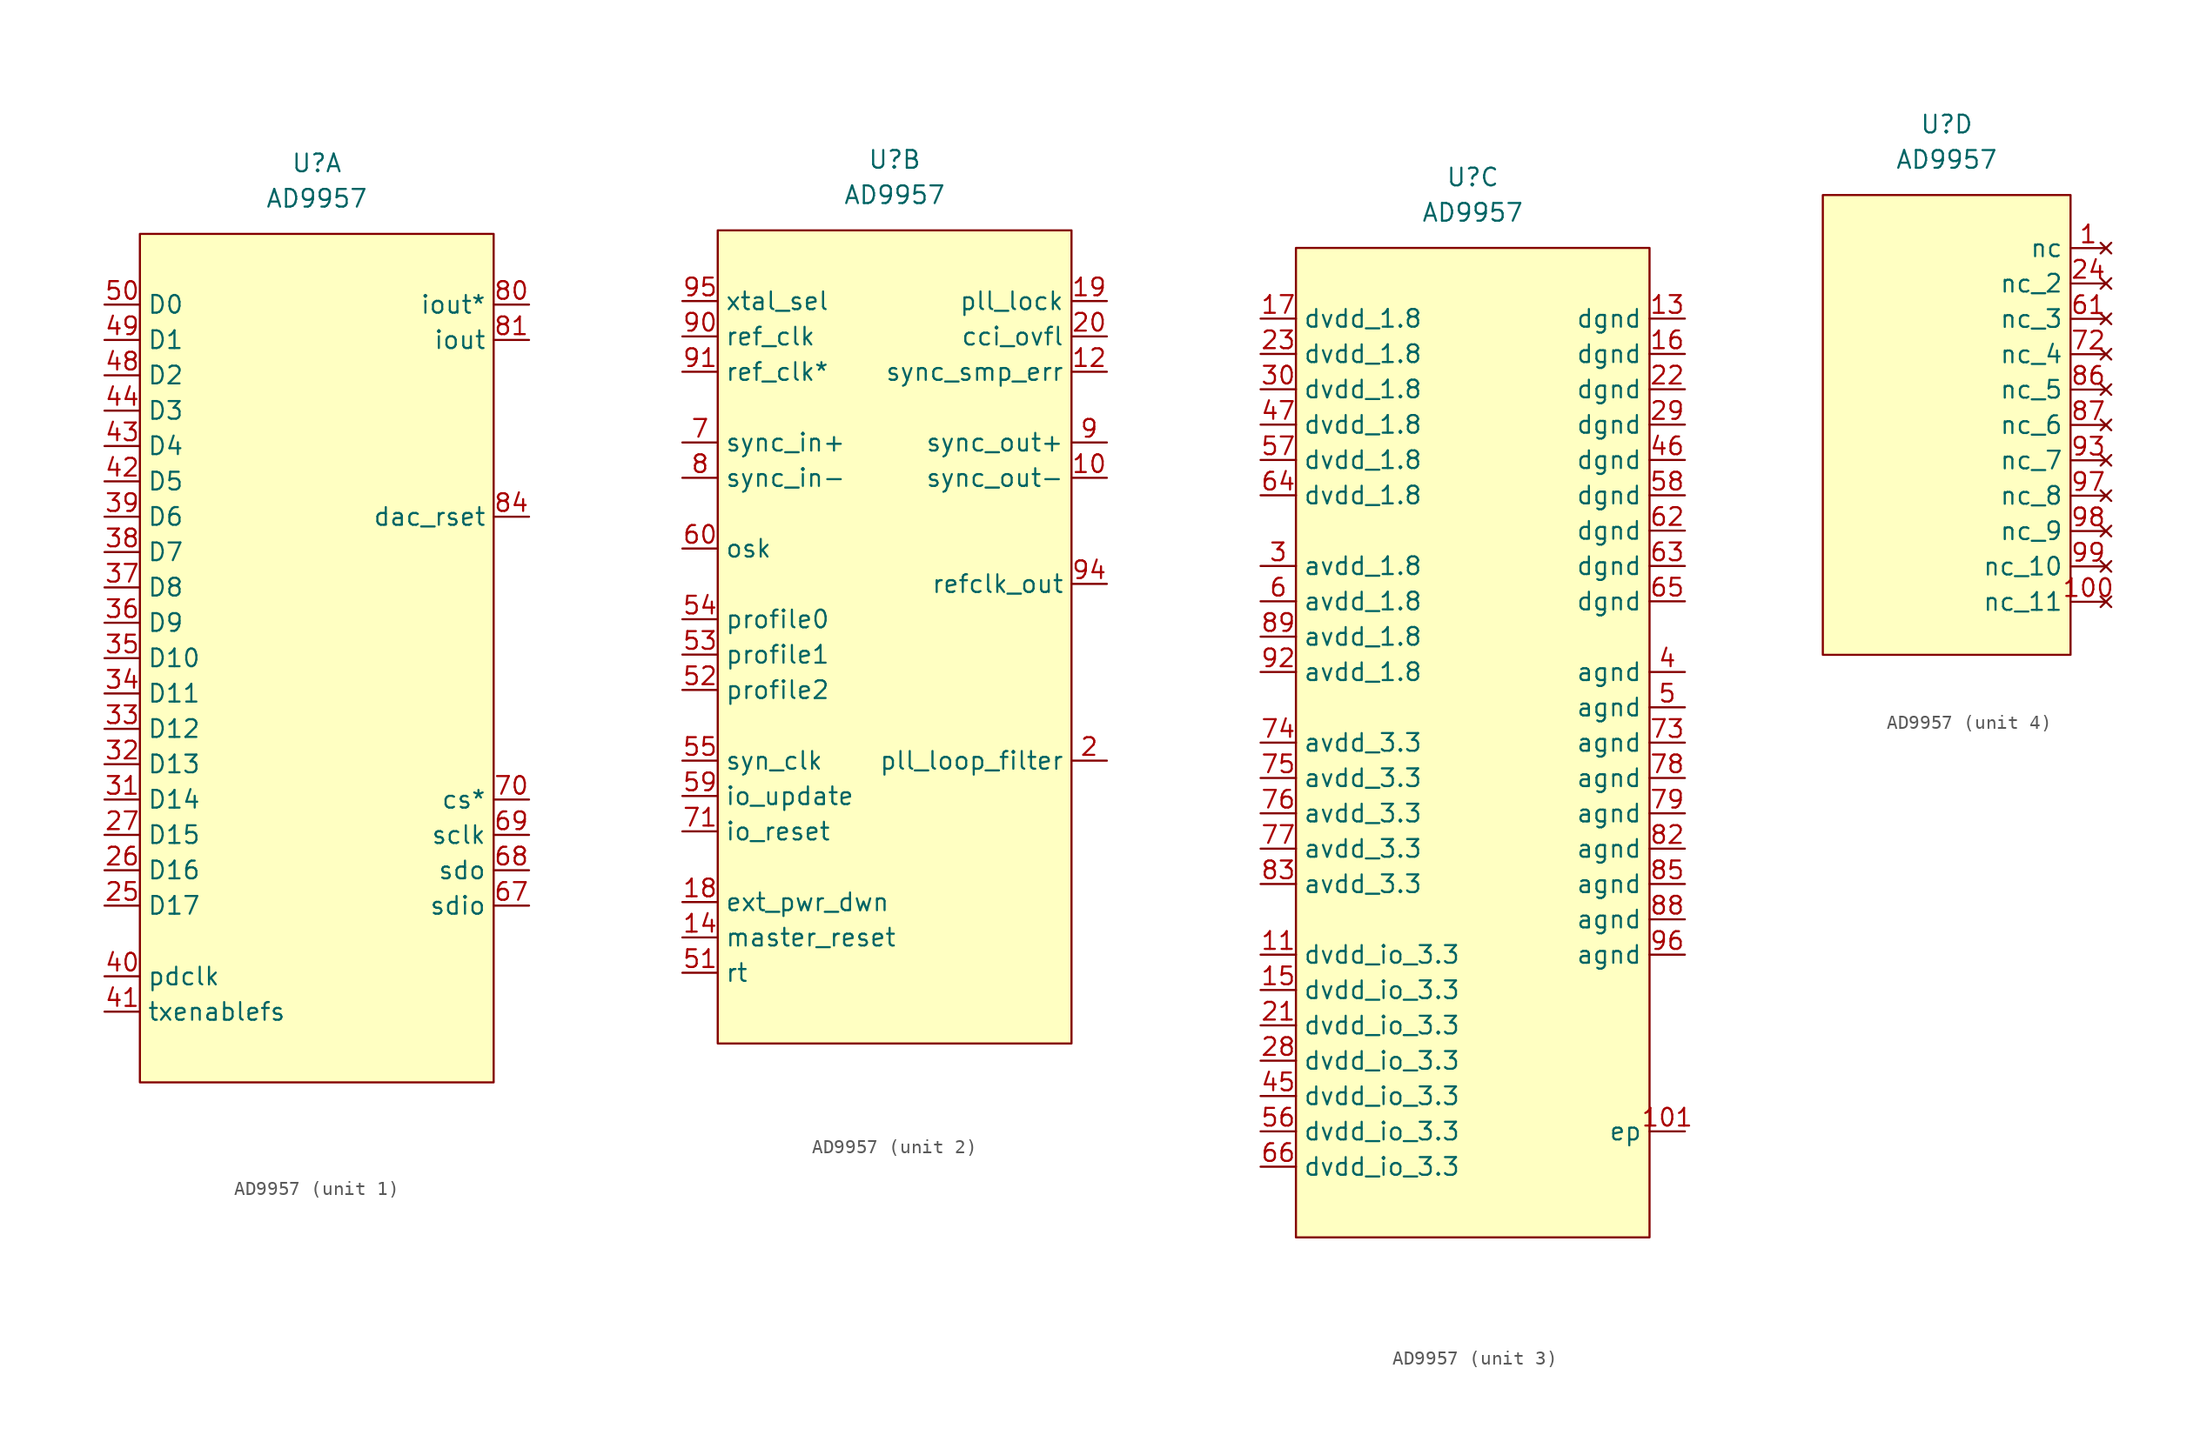
<source format=kicad_sym>
(kicad_symbol_lib
  (version 20211014)
  (generator kicad_symbol_editor)
  (symbol "AD9957"
    (property "Reference" "U"
      (at 0 5.08 0)
      (effects (font (size 1.27 1.27))))
    (property "Value" "AD9957"
      (at 0 2.54 0)
      (effects (font (size 1.27 1.27))))
    (property "ki_locked" ""
      (at 0 0 0)
      (effects (font (size 1.27 1.27))))
    (symbol "AD9957_1_0"
      (pin bidirectional line (at -15.24 -48.26 0) (length 2.54) (name "D17" (effects (font (size 1.27 1.27)))) (number "25" (effects (font (size 1.27 1.27)))))
      (pin bidirectional line (at -15.24 -45.72 0) (length 2.54) (name "D16" (effects (font (size 1.27 1.27)))) (number "26" (effects (font (size 1.27 1.27)))))
      (pin bidirectional line (at -15.24 -43.18 0) (length 2.54) (name "D15" (effects (font (size 1.27 1.27)))) (number "27" (effects (font (size 1.27 1.27)))))
      (pin bidirectional line (at -15.24 -40.64 0) (length 2.54) (name "D14" (effects (font (size 1.27 1.27)))) (number "31" (effects (font (size 1.27 1.27)))))
      (pin bidirectional line (at -15.24 -38.1 0) (length 2.54) (name "D13" (effects (font (size 1.27 1.27)))) (number "32" (effects (font (size 1.27 1.27)))))
      (pin bidirectional line (at -15.24 -35.56 0) (length 2.54) (name "D12" (effects (font (size 1.27 1.27)))) (number "33" (effects (font (size 1.27 1.27)))))
      (pin bidirectional line (at -15.24 -33.02 0) (length 2.54) (name "D11" (effects (font (size 1.27 1.27)))) (number "34" (effects (font (size 1.27 1.27)))))
      (pin bidirectional line (at -15.24 -30.48 0) (length 2.54) (name "D10" (effects (font (size 1.27 1.27)))) (number "35" (effects (font (size 1.27 1.27)))))
      (pin bidirectional line (at -15.24 -27.94 0) (length 2.54) (name "D9" (effects (font (size 1.27 1.27)))) (number "36" (effects (font (size 1.27 1.27)))))
      (pin bidirectional line (at -15.24 -25.4 0) (length 2.54) (name "D8" (effects (font (size 1.27 1.27)))) (number "37" (effects (font (size 1.27 1.27)))))
      (pin bidirectional line (at -15.24 -22.86 0) (length 2.54) (name "D7" (effects (font (size 1.27 1.27)))) (number "38" (effects (font (size 1.27 1.27)))))
      (pin bidirectional line (at -15.24 -20.32 0) (length 2.54) (name "D6" (effects (font (size 1.27 1.27)))) (number "39" (effects (font (size 1.27 1.27)))))
      (pin output line (at -15.24 -53.34 0) (length 2.54) (name "pdclk" (effects (font (size 1.27 1.27)))) (number "40" (effects (font (size 1.27 1.27)))))
      (pin input line (at -15.24 -55.88 0) (length 2.54) (name "txenablefs" (effects (font (size 1.27 1.27)))) (number "41" (effects (font (size 1.27 1.27)))))
      (pin bidirectional line (at -15.24 -17.78 0) (length 2.54) (name "D5" (effects (font (size 1.27 1.27)))) (number "42" (effects (font (size 1.27 1.27)))))
      (pin bidirectional line (at -15.24 -15.24 0) (length 2.54) (name "D4" (effects (font (size 1.27 1.27)))) (number "43" (effects (font (size 1.27 1.27)))))
      (pin bidirectional line (at -15.24 -12.7 0) (length 2.54) (name "D3" (effects (font (size 1.27 1.27)))) (number "44" (effects (font (size 1.27 1.27)))))
      (pin bidirectional line (at -15.24 -10.16 0) (length 2.54) (name "D2" (effects (font (size 1.27 1.27)))) (number "48" (effects (font (size 1.27 1.27)))))
      (pin bidirectional line (at -15.24 -7.62 0) (length 2.54) (name "D1" (effects (font (size 1.27 1.27)))) (number "49" (effects (font (size 1.27 1.27)))))
      (pin bidirectional line (at -15.24 -5.08 0) (length 2.54) (name "D0" (effects (font (size 1.27 1.27)))) (number "50" (effects (font (size 1.27 1.27)))))
      (pin bidirectional line (at 15.24 -48.26 180) (length 2.54) (name "sdio" (effects (font (size 1.27 1.27)))) (number "67" (effects (font (size 1.27 1.27)))))
      (pin output line (at 15.24 -45.72 180) (length 2.54) (name "sdo" (effects (font (size 1.27 1.27)))) (number "68" (effects (font (size 1.27 1.27)))))
      (pin input line (at 15.24 -43.18 180) (length 2.54) (name "sclk" (effects (font (size 1.27 1.27)))) (number "69" (effects (font (size 1.27 1.27)))))
      (pin input line (at 15.24 -40.64 180) (length 2.54) (name "cs*" (effects (font (size 1.27 1.27)))) (number "70" (effects (font (size 1.27 1.27)))))
      (pin output line (at 15.24 -5.08 180) (length 2.54) (name "iout*" (effects (font (size 1.27 1.27)))) (number "80" (effects (font (size 1.27 1.27)))))
      (pin output line (at 15.24 -7.62 180) (length 2.54) (name "iout" (effects (font (size 1.27 1.27)))) (number "81" (effects (font (size 1.27 1.27)))))
      (pin output line (at 15.24 -20.32 180) (length 2.54) (name "dac_rset" (effects (font (size 1.27 1.27)))) (number "84" (effects (font (size 1.27 1.27))))))
    (symbol "AD9957_1_1"
      (rectangle (start -12.7 0) (end 12.7 -60.96) (stroke (width 0) (type default) (color 0 0 0 0)) (fill (type background))))
    (symbol "AD9957_2_0"
      (pin output line (at 15.24 -17.78 180) (length 2.54) (name "sync_out-" (effects (font (size 1.27 1.27)))) (number "10" (effects (font (size 1.27 1.27)))))
      (pin output line (at 15.24 -10.16 180) (length 2.54) (name "sync_smp_err" (effects (font (size 1.27 1.27)))) (number "12" (effects (font (size 1.27 1.27)))))
      (pin input line (at -15.24 -50.8 0) (length 2.54) (name "master_reset" (effects (font (size 1.27 1.27)))) (number "14" (effects (font (size 1.27 1.27)))))
      (pin input line (at -15.24 -48.26 0) (length 2.54) (name "ext_pwr_dwn" (effects (font (size 1.27 1.27)))) (number "18" (effects (font (size 1.27 1.27)))))
      (pin output line (at 15.24 -5.08 180) (length 2.54) (name "pll_lock" (effects (font (size 1.27 1.27)))) (number "19" (effects (font (size 1.27 1.27)))))
      (pin input line (at 15.24 -38.1 180) (length 2.54) (name "pll_loop_filter" (effects (font (size 1.27 1.27)))) (number "2" (effects (font (size 1.27 1.27)))))
      (pin output line (at 15.24 -7.62 180) (length 2.54) (name "cci_ovfl" (effects (font (size 1.27 1.27)))) (number "20" (effects (font (size 1.27 1.27)))))
      (pin input line (at -15.24 -53.34 0) (length 2.54) (name "rt" (effects (font (size 1.27 1.27)))) (number "51" (effects (font (size 1.27 1.27)))))
      (pin input line (at -15.24 -33.02 0) (length 2.54) (name "profile2" (effects (font (size 1.27 1.27)))) (number "52" (effects (font (size 1.27 1.27)))))
      (pin input line (at -15.24 -30.48 0) (length 2.54) (name "profile1" (effects (font (size 1.27 1.27)))) (number "53" (effects (font (size 1.27 1.27)))))
      (pin input line (at -15.24 -27.94 0) (length 2.54) (name "profile0" (effects (font (size 1.27 1.27)))) (number "54" (effects (font (size 1.27 1.27)))))
      (pin output line (at -15.24 -38.1 0) (length 2.54) (name "syn_clk" (effects (font (size 1.27 1.27)))) (number "55" (effects (font (size 1.27 1.27)))))
      (pin bidirectional line (at -15.24 -40.64 0) (length 2.54) (name "io_update" (effects (font (size 1.27 1.27)))) (number "59" (effects (font (size 1.27 1.27)))))
      (pin input line (at -15.24 -22.86 0) (length 2.54) (name "osk" (effects (font (size 1.27 1.27)))) (number "60" (effects (font (size 1.27 1.27)))))
      (pin input line (at -15.24 -15.24 0) (length 2.54) (name "sync_in+" (effects (font (size 1.27 1.27)))) (number "7" (effects (font (size 1.27 1.27)))))
      (pin input line (at -15.24 -43.18 0) (length 2.54) (name "io_reset" (effects (font (size 1.27 1.27)))) (number "71" (effects (font (size 1.27 1.27)))))
      (pin input line (at -15.24 -17.78 0) (length 2.54) (name "sync_in-" (effects (font (size 1.27 1.27)))) (number "8" (effects (font (size 1.27 1.27)))))
      (pin output line (at 15.24 -15.24 180) (length 2.54) (name "sync_out+" (effects (font (size 1.27 1.27)))) (number "9" (effects (font (size 1.27 1.27)))))
      (pin input line (at -15.24 -7.62 0) (length 2.54) (name "ref_clk" (effects (font (size 1.27 1.27)))) (number "90" (effects (font (size 1.27 1.27)))))
      (pin input line (at -15.24 -10.16 0) (length 2.54) (name "ref_clk*" (effects (font (size 1.27 1.27)))) (number "91" (effects (font (size 1.27 1.27)))))
      (pin output line (at 15.24 -25.4 180) (length 2.54) (name "refclk_out" (effects (font (size 1.27 1.27)))) (number "94" (effects (font (size 1.27 1.27)))))
      (pin input line (at -15.24 -5.08 0) (length 2.54) (name "xtal_sel" (effects (font (size 1.27 1.27)))) (number "95" (effects (font (size 1.27 1.27))))))
    (symbol "AD9957_2_1"
      (rectangle (start -12.7 0) (end 12.7 -58.42) (stroke (width 0) (type default) (color 0 0 0 0)) (fill (type background))))
    (symbol "AD9957_3_0"
      (pin input line (at 15.24 -63.5 180) (length 2.54) (name "ep" (effects (font (size 1.27 1.27)))) (number "101" (effects (font (size 1.27 1.27)))))
      (pin power_in line (at -15.24 -53.34 0) (length 2.54) (name "dvdd_io_3.3" (effects (font (size 1.27 1.27)))) (number "15" (effects (font (size 1.27 1.27)))))
      (pin power_in line (at 15.24 -7.62 180) (length 2.54) (name "dgnd" (effects (font (size 1.27 1.27)))) (number "16" (effects (font (size 1.27 1.27)))))
      (pin power_in line (at -15.24 -55.88 0) (length 2.54) (name "dvdd_io_3.3" (effects (font (size 1.27 1.27)))) (number "21" (effects (font (size 1.27 1.27)))))
      (pin power_in line (at 15.24 -10.16 180) (length 2.54) (name "dgnd" (effects (font (size 1.27 1.27)))) (number "22" (effects (font (size 1.27 1.27)))))
      (pin power_in line (at -15.24 -7.62 0) (length 2.54) (name "dvdd_1.8" (effects (font (size 1.27 1.27)))) (number "23" (effects (font (size 1.27 1.27)))))
      (pin power_in line (at -15.24 -58.42 0) (length 2.54) (name "dvdd_io_3.3" (effects (font (size 1.27 1.27)))) (number "28" (effects (font (size 1.27 1.27)))))
      (pin power_in line (at 15.24 -12.7 180) (length 2.54) (name "dgnd" (effects (font (size 1.27 1.27)))) (number "29" (effects (font (size 1.27 1.27)))))
      (pin power_in line (at -15.24 -10.16 0) (length 2.54) (name "dvdd_1.8" (effects (font (size 1.27 1.27)))) (number "30" (effects (font (size 1.27 1.27)))))
      (pin power_in line (at -15.24 -60.96 0) (length 2.54) (name "dvdd_io_3.3" (effects (font (size 1.27 1.27)))) (number "45" (effects (font (size 1.27 1.27)))))
      (pin power_in line (at 15.24 -15.24 180) (length 2.54) (name "dgnd" (effects (font (size 1.27 1.27)))) (number "46" (effects (font (size 1.27 1.27)))))
      (pin power_in line (at -15.24 -12.7 0) (length 2.54) (name "dvdd_1.8" (effects (font (size 1.27 1.27)))) (number "47" (effects (font (size 1.27 1.27)))))
      (pin power_in line (at 15.24 -33.02 180) (length 2.54) (name "agnd" (effects (font (size 1.27 1.27)))) (number "5" (effects (font (size 1.27 1.27)))))
      (pin power_in line (at -15.24 -63.5 0) (length 2.54) (name "dvdd_io_3.3" (effects (font (size 1.27 1.27)))) (number "56" (effects (font (size 1.27 1.27)))))
      (pin power_in line (at -15.24 -15.24 0) (length 2.54) (name "dvdd_1.8" (effects (font (size 1.27 1.27)))) (number "57" (effects (font (size 1.27 1.27)))))
      (pin power_in line (at 15.24 -17.78 180) (length 2.54) (name "dgnd" (effects (font (size 1.27 1.27)))) (number "58" (effects (font (size 1.27 1.27)))))
      (pin power_in line (at -15.24 -25.4 0) (length 2.54) (name "avdd_1.8" (effects (font (size 1.27 1.27)))) (number "6" (effects (font (size 1.27 1.27)))))
      (pin power_in line (at 15.24 -20.32 180) (length 2.54) (name "dgnd" (effects (font (size 1.27 1.27)))) (number "62" (effects (font (size 1.27 1.27)))))
      (pin power_in line (at 15.24 -22.86 180) (length 2.54) (name "dgnd" (effects (font (size 1.27 1.27)))) (number "63" (effects (font (size 1.27 1.27)))))
      (pin power_in line (at -15.24 -17.78 0) (length 2.54) (name "dvdd_1.8" (effects (font (size 1.27 1.27)))) (number "64" (effects (font (size 1.27 1.27)))))
      (pin power_in line (at 15.24 -25.4 180) (length 2.54) (name "dgnd" (effects (font (size 1.27 1.27)))) (number "65" (effects (font (size 1.27 1.27)))))
      (pin power_in line (at -15.24 -66.04 0) (length 2.54) (name "dvdd_io_3.3" (effects (font (size 1.27 1.27)))) (number "66" (effects (font (size 1.27 1.27)))))
      (pin power_in line (at 15.24 -35.56 180) (length 2.54) (name "agnd" (effects (font (size 1.27 1.27)))) (number "73" (effects (font (size 1.27 1.27)))))
      (pin power_in line (at -15.24 -38.1 0) (length 2.54) (name "avdd_3.3" (effects (font (size 1.27 1.27)))) (number "75" (effects (font (size 1.27 1.27)))))
      (pin power_in line (at -15.24 -40.64 0) (length 2.54) (name "avdd_3.3" (effects (font (size 1.27 1.27)))) (number "76" (effects (font (size 1.27 1.27)))))
      (pin power_in line (at -15.24 -43.18 0) (length 2.54) (name "avdd_3.3" (effects (font (size 1.27 1.27)))) (number "77" (effects (font (size 1.27 1.27)))))
      (pin power_in line (at 15.24 -38.1 180) (length 2.54) (name "agnd" (effects (font (size 1.27 1.27)))) (number "78" (effects (font (size 1.27 1.27)))))
      (pin power_in line (at 15.24 -40.64 180) (length 2.54) (name "agnd" (effects (font (size 1.27 1.27)))) (number "79" (effects (font (size 1.27 1.27)))))
      (pin power_in line (at 15.24 -43.18 180) (length 2.54) (name "agnd" (effects (font (size 1.27 1.27)))) (number "82" (effects (font (size 1.27 1.27)))))
      (pin power_in line (at -15.24 -45.72 0) (length 2.54) (name "avdd_3.3" (effects (font (size 1.27 1.27)))) (number "83" (effects (font (size 1.27 1.27)))))
      (pin power_in line (at 15.24 -45.72 180) (length 2.54) (name "agnd" (effects (font (size 1.27 1.27)))) (number "85" (effects (font (size 1.27 1.27)))))
      (pin power_in line (at 15.24 -48.26 180) (length 2.54) (name "agnd" (effects (font (size 1.27 1.27)))) (number "88" (effects (font (size 1.27 1.27)))))
      (pin power_in line (at -15.24 -27.94 0) (length 2.54) (name "avdd_1.8" (effects (font (size 1.27 1.27)))) (number "89" (effects (font (size 1.27 1.27)))))
      (pin power_in line (at -15.24 -30.48 0) (length 2.54) (name "avdd_1.8" (effects (font (size 1.27 1.27)))) (number "92" (effects (font (size 1.27 1.27)))))
      (pin power_in line (at 15.24 -50.8 180) (length 2.54) (name "agnd" (effects (font (size 1.27 1.27)))) (number "96" (effects (font (size 1.27 1.27))))))
    (symbol "AD9957_3_1"
      (rectangle (start -12.7 0) (end 12.7 -71.12) (stroke (width 0) (type default) (color 0 0 0 0)) (fill (type background)))
      (pin power_in line (at -15.24 -50.8 0) (length 2.54) (name "dvdd_io_3.3" (effects (font (size 1.27 1.27)))) (number "11" (effects (font (size 1.27 1.27)))))
      (pin power_in line (at 15.24 -5.08 180) (length 2.54) (name "dgnd" (effects (font (size 1.27 1.27)))) (number "13" (effects (font (size 1.27 1.27)))))
      (pin power_in line (at -15.24 -5.08 0) (length 2.54) (name "dvdd_1.8" (effects (font (size 1.27 1.27)))) (number "17" (effects (font (size 1.27 1.27)))))
      (pin power_in line (at -15.24 -22.86 0) (length 2.54) (name "avdd_1.8" (effects (font (size 1.27 1.27)))) (number "3" (effects (font (size 1.27 1.27)))))
      (pin power_in line (at 15.24 -30.48 180) (length 2.54) (name "agnd" (effects (font (size 1.27 1.27)))) (number "4" (effects (font (size 1.27 1.27)))))
      (pin power_in line (at -15.24 -35.56 0) (length 2.54) (name "avdd_3.3" (effects (font (size 1.27 1.27)))) (number "74" (effects (font (size 1.27 1.27))))))
    (symbol "AD9957_4_0"
      (pin no_connect line (at 11.43 -3.81 180) (length 2.54) (name "nc" (effects (font (size 1.27 1.27)))) (number "1" (effects (font (size 1.27 1.27)))))
      (pin no_connect line (at 11.43 -29.21 180) (length 2.54) (name "nc_11" (effects (font (size 1.27 1.27)))) (number "100" (effects (font (size 1.27 1.27)))))
      (pin no_connect line (at 11.43 -6.35 180) (length 2.54) (name "nc_2" (effects (font (size 1.27 1.27)))) (number "24" (effects (font (size 1.27 1.27)))))
      (pin no_connect line (at 11.43 -8.89 180) (length 2.54) (name "nc_3" (effects (font (size 1.27 1.27)))) (number "61" (effects (font (size 1.27 1.27)))))
      (pin no_connect line (at 11.43 -11.43 180) (length 2.54) (name "nc_4" (effects (font (size 1.27 1.27)))) (number "72" (effects (font (size 1.27 1.27)))))
      (pin no_connect line (at 11.43 -13.97 180) (length 2.54) (name "nc_5" (effects (font (size 1.27 1.27)))) (number "86" (effects (font (size 1.27 1.27)))))
      (pin no_connect line (at 11.43 -16.51 180) (length 2.54) (name "nc_6" (effects (font (size 1.27 1.27)))) (number "87" (effects (font (size 1.27 1.27)))))
      (pin no_connect line (at 11.43 -19.05 180) (length 2.54) (name "nc_7" (effects (font (size 1.27 1.27)))) (number "93" (effects (font (size 1.27 1.27)))))
      (pin no_connect line (at 11.43 -21.59 180) (length 2.54) (name "nc_8" (effects (font (size 1.27 1.27)))) (number "97" (effects (font (size 1.27 1.27)))))
      (pin no_connect line (at 11.43 -24.13 180) (length 2.54) (name "nc_9" (effects (font (size 1.27 1.27)))) (number "98" (effects (font (size 1.27 1.27)))))
      (pin no_connect line (at 11.43 -26.67 180) (length 2.54) (name "nc_10" (effects (font (size 1.27 1.27)))) (number "99" (effects (font (size 1.27 1.27))))))
    (symbol "AD9957_4_1"
      (rectangle (start -8.89 0) (end 8.89 -33.02) (stroke (width 0) (type default) (color 0 0 0 0)) (fill (type background))))))
</source>
